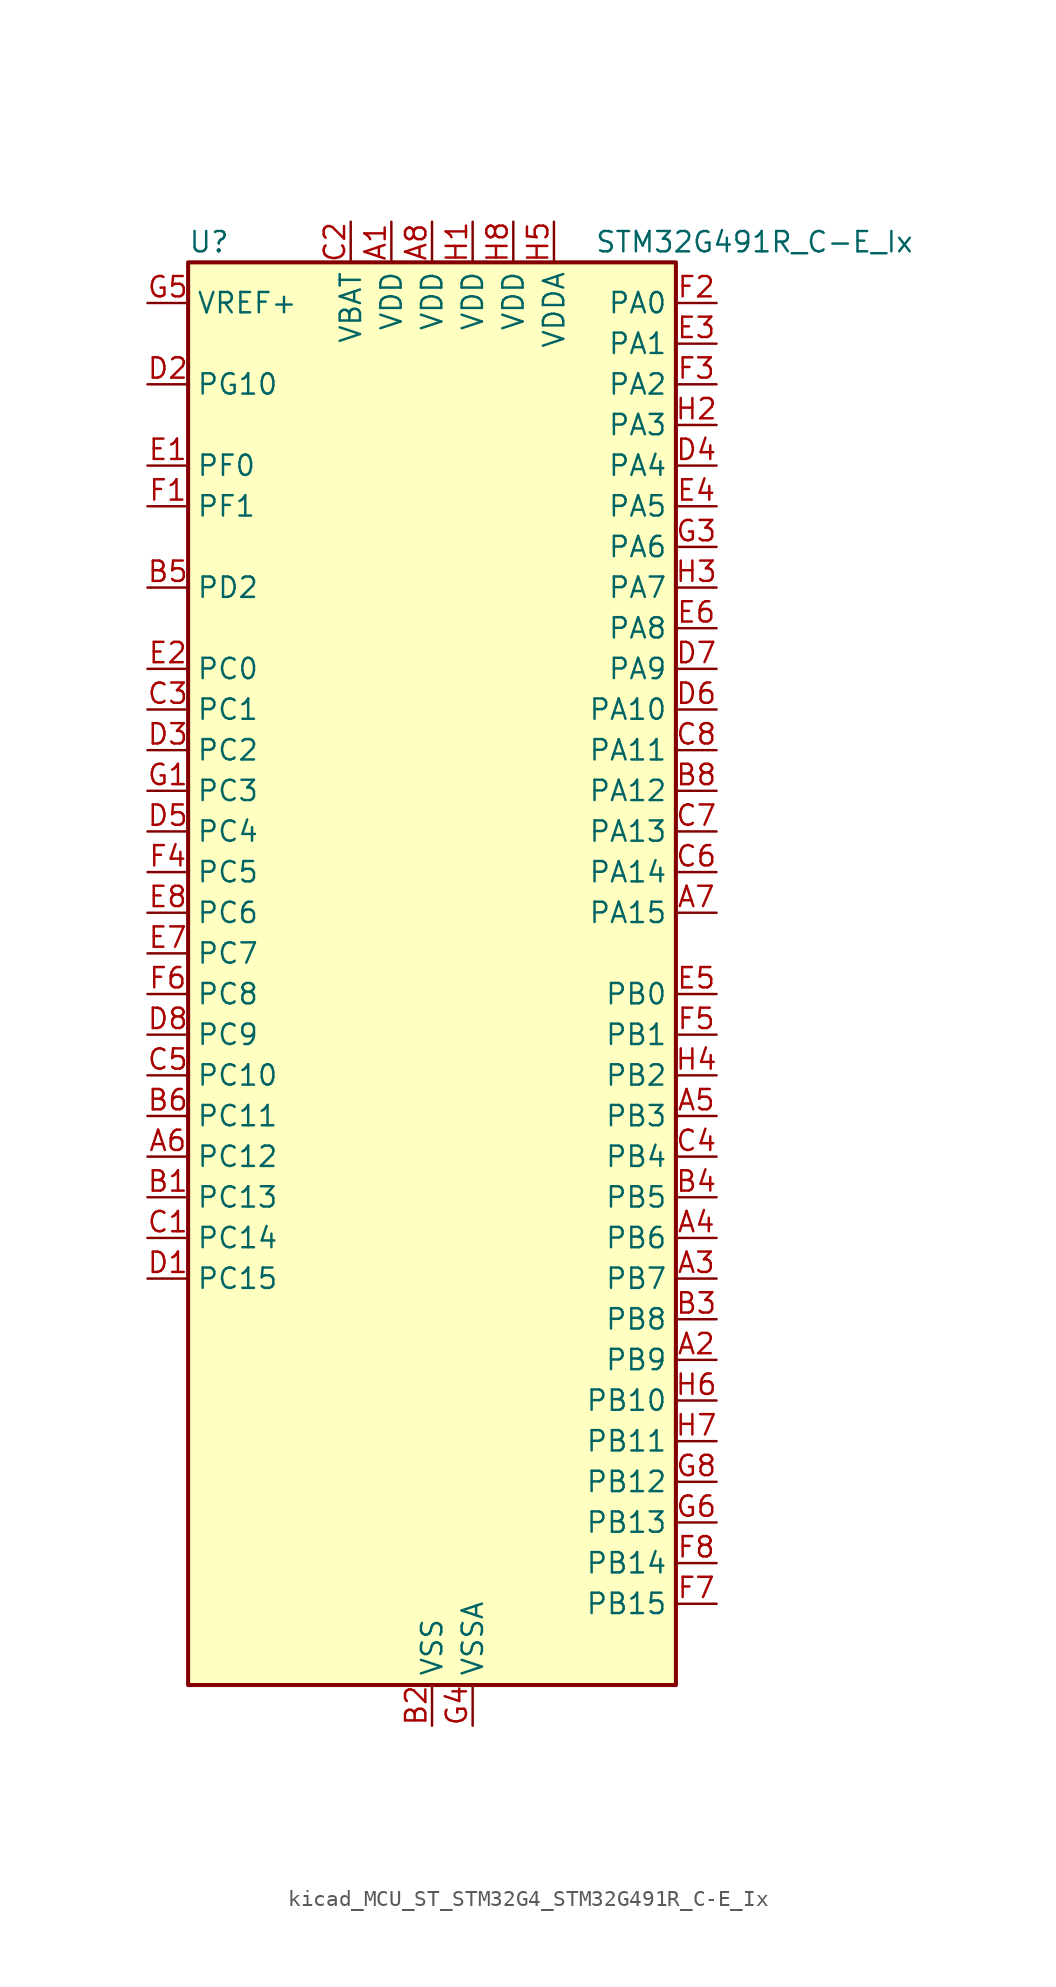
<source format=kicad_sym>
(kicad_symbol_lib
  (version 20220914)
  (generator kicad_symbol_editor)
  (symbol "kicad_MCU_ST_STM32G4_STM32G491R_C-E_Ix"
    (property "Reference" "U"
      (at -15.24 46.99 0)
      (effects (font (size 1.27 1.27)) (justify left)))
    (property "Value" "STM32G491R_C-E_Ix"
      (at 10.16 46.99 0)
      (effects (font (size 1.27 1.27)) (justify left)))
    (property "ki_locked" ""
      (at 0 0 0)
      (effects (font (size 1.27 1.27))))
    (symbol "kicad_MCU_ST_STM32G4_STM32G491R_C-E_Ix_0_1"
      (rectangle (start -15.24 -43.18) (end 15.24 45.72) (stroke (width 0.254) (type default)) (fill (type background))))
    (symbol "kicad_MCU_ST_STM32G4_STM32G491R_C-E_Ix_1_1"
      (pin power_in line (at -2.54 48.26 270) (length 2.54) (name "VDD" (effects (font (size 1.27 1.27)))) (number "A1" (effects (font (size 1.27 1.27)))))
      (pin bidirectional line (at 17.78 -22.86 180) (length 2.54) (name "PB9" (effects (font (size 1.27 1.27)))) (number "A2" (effects (font (size 1.27 1.27)))) (alternate "COMP2_OUT" bidirectional line) (alternate "DAC1_EXTI9" bidirectional line) (alternate "DAC3_EXTI9" bidirectional line) (alternate "FDCAN1_TX" bidirectional line) (alternate "I2C1_SDA" bidirectional line) (alternate "IR_OUT" bidirectional line) (alternate "SAI1_D2" bidirectional line) (alternate "SAI1_FS_A" bidirectional line) (alternate "TIM17_CH1" bidirectional line) (alternate "TIM1_CH3N" bidirectional line) (alternate "TIM4_CH4" bidirectional line) (alternate "TIM8_CH3" bidirectional line) (alternate "USART3_TX" bidirectional line))
      (pin bidirectional line (at 17.78 -17.78 180) (length 2.54) (name "PB7" (effects (font (size 1.27 1.27)))) (number "A3" (effects (font (size 1.27 1.27)))) (alternate "COMP3_OUT" bidirectional line) (alternate "I2C1_SDA" bidirectional line) (alternate "LPTIM1_IN2" bidirectional line) (alternate "SYS_PVD_IN" bidirectional line) (alternate "TIM17_CH1N" bidirectional line) (alternate "TIM3_CH4" bidirectional line) (alternate "TIM4_CH2" bidirectional line) (alternate "TIM8_BKIN" bidirectional line) (alternate "UART4_CTS" bidirectional line) (alternate "USART1_RX" bidirectional line))
      (pin bidirectional line (at 17.78 -15.24 180) (length 2.54) (name "PB6" (effects (font (size 1.27 1.27)))) (number "A4" (effects (font (size 1.27 1.27)))) (alternate "COMP4_OUT" bidirectional line) (alternate "FDCAN2_TX" bidirectional line) (alternate "LPTIM1_ETR" bidirectional line) (alternate "SAI1_FS_B" bidirectional line) (alternate "TIM16_CH1N" bidirectional line) (alternate "TIM4_CH1" bidirectional line) (alternate "TIM8_BKIN2" bidirectional line) (alternate "TIM8_CH1" bidirectional line) (alternate "TIM8_ETR" bidirectional line) (alternate "UCPD1_CC1" bidirectional line) (alternate "USART1_TX" bidirectional line))
      (pin bidirectional line (at 17.78 -7.62 180) (length 2.54) (name "PB3" (effects (font (size 1.27 1.27)))) (number "A5" (effects (font (size 1.27 1.27)))) (alternate "ADC3_EXTI3" bidirectional line) (alternate "CRS_SYNC" bidirectional line) (alternate "I2S3_CK" bidirectional line) (alternate "SAI1_SCK_B" bidirectional line) (alternate "SPI1_SCK" bidirectional line) (alternate "SPI3_SCK" bidirectional line) (alternate "SYS_JTDO-SWO" bidirectional line) (alternate "TIM2_CH2" bidirectional line) (alternate "TIM3_ETR" bidirectional line) (alternate "TIM4_ETR" bidirectional line) (alternate "TIM8_CH1N" bidirectional line) (alternate "USART2_TX" bidirectional line))
      (pin bidirectional line (at -17.78 -10.16 0) (length 2.54) (name "PC12" (effects (font (size 1.27 1.27)))) (number "A6" (effects (font (size 1.27 1.27)))) (alternate "I2S3_SD" bidirectional line) (alternate "SPI3_MOSI" bidirectional line) (alternate "TIM8_CH3N" bidirectional line) (alternate "UART5_TX" bidirectional line) (alternate "UCPD1_FRSTX1" bidirectional line) (alternate "UCPD1_FRSTX2" bidirectional line) (alternate "USART3_CK" bidirectional line))
      (pin bidirectional line (at 17.78 5.08 180) (length 2.54) (name "PA15" (effects (font (size 1.27 1.27)))) (number "A7" (effects (font (size 1.27 1.27)))) (alternate "ADC1_EXTI15" bidirectional line) (alternate "ADC2_EXTI15" bidirectional line) (alternate "I2C1_SCL" bidirectional line) (alternate "I2S3_WS" bidirectional line) (alternate "SPI1_NSS" bidirectional line) (alternate "SPI3_NSS" bidirectional line) (alternate "SYS_JTDI" bidirectional line) (alternate "TIM1_BKIN" bidirectional line) (alternate "TIM20_ETR" bidirectional line) (alternate "TIM2_CH1" bidirectional line) (alternate "TIM2_ETR" bidirectional line) (alternate "TIM8_CH1" bidirectional line) (alternate "UART4_DE" bidirectional line) (alternate "UART4_RTS" bidirectional line) (alternate "USART2_RX" bidirectional line))
      (pin power_in line (at 0 48.26 270) (length 2.54) (name "VDD" (effects (font (size 1.27 1.27)))) (number "A8" (effects (font (size 1.27 1.27)))))
      (pin bidirectional line (at -17.78 -12.7 0) (length 2.54) (name "PC13" (effects (font (size 1.27 1.27)))) (number "B1" (effects (font (size 1.27 1.27)))) (alternate "RTC_OUT1" bidirectional line) (alternate "RTC_TAMP1" bidirectional line) (alternate "RTC_TS" bidirectional line) (alternate "SYS_WKUP2" bidirectional line) (alternate "TIM1_BKIN" bidirectional line) (alternate "TIM1_CH1N" bidirectional line) (alternate "TIM8_CH4N" bidirectional line))
      (pin power_in line (at 0 -45.72 90) (length 2.54) (name "VSS" (effects (font (size 1.27 1.27)))) (number "B2" (effects (font (size 1.27 1.27)))))
      (pin bidirectional line (at 17.78 -20.32 180) (length 2.54) (name "PB8" (effects (font (size 1.27 1.27)))) (number "B3" (effects (font (size 1.27 1.27)))) (alternate "COMP1_OUT" bidirectional line) (alternate "FDCAN1_RX" bidirectional line) (alternate "I2C1_SCL" bidirectional line) (alternate "SAI1_CK1" bidirectional line) (alternate "SAI1_MCLK_A" bidirectional line) (alternate "TIM16_CH1" bidirectional line) (alternate "TIM1_BKIN" bidirectional line) (alternate "TIM4_CH3" bidirectional line) (alternate "TIM8_CH2" bidirectional line) (alternate "USART3_RX" bidirectional line))
      (pin bidirectional line (at 17.78 -12.7 180) (length 2.54) (name "PB5" (effects (font (size 1.27 1.27)))) (number "B4" (effects (font (size 1.27 1.27)))) (alternate "FDCAN2_RX" bidirectional line) (alternate "I2C1_SMBA" bidirectional line) (alternate "I2C3_SDA" bidirectional line) (alternate "I2S3_SD" bidirectional line) (alternate "LPTIM1_IN1" bidirectional line) (alternate "SAI1_SD_B" bidirectional line) (alternate "SPI1_MOSI" bidirectional line) (alternate "SPI3_MOSI" bidirectional line) (alternate "TIM16_BKIN" bidirectional line) (alternate "TIM17_CH1" bidirectional line) (alternate "TIM3_CH2" bidirectional line) (alternate "TIM8_CH3N" bidirectional line) (alternate "UART5_CTS" bidirectional line) (alternate "USART2_CK" bidirectional line))
      (pin bidirectional line (at -17.78 25.4 0) (length 2.54) (name "PD2" (effects (font (size 1.27 1.27)))) (number "B5" (effects (font (size 1.27 1.27)))) (alternate "ADC3_EXTI2" bidirectional line) (alternate "TIM3_ETR" bidirectional line) (alternate "TIM8_BKIN" bidirectional line) (alternate "UART5_RX" bidirectional line))
      (pin bidirectional line (at -17.78 -7.62 0) (length 2.54) (name "PC11" (effects (font (size 1.27 1.27)))) (number "B6" (effects (font (size 1.27 1.27)))) (alternate "ADC1_EXTI11" bidirectional line) (alternate "ADC2_EXTI11" bidirectional line) (alternate "I2C3_SDA" bidirectional line) (alternate "SPI3_MISO" bidirectional line) (alternate "TIM8_CH2N" bidirectional line) (alternate "UART4_RX" bidirectional line) (alternate "USART3_RX" bidirectional line))
      (pin passive line (at 0 -45.72 90) (length 2.54) hide (name "VSS" (effects (font (size 1.27 1.27)))) (number "B7" (effects (font (size 1.27 1.27)))))
      (pin bidirectional line (at 17.78 12.7 180) (length 2.54) (name "PA12" (effects (font (size 1.27 1.27)))) (number "B8" (effects (font (size 1.27 1.27)))) (alternate "COMP2_OUT" bidirectional line) (alternate "FDCAN1_TX" bidirectional line) (alternate "I2S_CKIN" bidirectional line) (alternate "TIM16_CH1" bidirectional line) (alternate "TIM1_CH2N" bidirectional line) (alternate "TIM1_ETR" bidirectional line) (alternate "TIM4_CH2" bidirectional line) (alternate "USART1_DE" bidirectional line) (alternate "USART1_RTS" bidirectional line) (alternate "USB_DP" bidirectional line))
      (pin bidirectional line (at -17.78 -15.24 0) (length 2.54) (name "PC14" (effects (font (size 1.27 1.27)))) (number "C1" (effects (font (size 1.27 1.27)))) (alternate "RCC_OSC32_IN" bidirectional line))
      (pin power_in line (at -5.08 48.26 270) (length 2.54) (name "VBAT" (effects (font (size 1.27 1.27)))) (number "C2" (effects (font (size 1.27 1.27)))))
      (pin bidirectional line (at -17.78 17.78 0) (length 2.54) (name "PC1" (effects (font (size 1.27 1.27)))) (number "C3" (effects (font (size 1.27 1.27)))) (alternate "ADC1_IN7" bidirectional line) (alternate "ADC2_IN7" bidirectional line) (alternate "COMP3_INP" bidirectional line) (alternate "LPTIM1_OUT" bidirectional line) (alternate "LPUART1_TX" bidirectional line) (alternate "QUADSPI1_BK2_IO0" bidirectional line) (alternate "SAI1_SD_A" bidirectional line) (alternate "TIM1_CH2" bidirectional line))
      (pin bidirectional line (at 17.78 -10.16 180) (length 2.54) (name "PB4" (effects (font (size 1.27 1.27)))) (number "C4" (effects (font (size 1.27 1.27)))) (alternate "SAI1_MCLK_B" bidirectional line) (alternate "SPI1_MISO" bidirectional line) (alternate "SPI3_MISO" bidirectional line) (alternate "SYS_JTRST" bidirectional line) (alternate "TIM16_CH1" bidirectional line) (alternate "TIM17_BKIN" bidirectional line) (alternate "TIM3_CH1" bidirectional line) (alternate "TIM8_CH2N" bidirectional line) (alternate "UART5_DE" bidirectional line) (alternate "UART5_RTS" bidirectional line) (alternate "UCPD1_CC2" bidirectional line) (alternate "USART2_RX" bidirectional line))
      (pin bidirectional line (at -17.78 -5.08 0) (length 2.54) (name "PC10" (effects (font (size 1.27 1.27)))) (number "C5" (effects (font (size 1.27 1.27)))) (alternate "DAC1_EXTI10" bidirectional line) (alternate "DAC3_EXTI10" bidirectional line) (alternate "I2S3_CK" bidirectional line) (alternate "SPI3_SCK" bidirectional line) (alternate "TIM8_CH1N" bidirectional line) (alternate "UART4_TX" bidirectional line) (alternate "USART3_TX" bidirectional line))
      (pin bidirectional line (at 17.78 7.62 180) (length 2.54) (name "PA14" (effects (font (size 1.27 1.27)))) (number "C6" (effects (font (size 1.27 1.27)))) (alternate "I2C1_SDA" bidirectional line) (alternate "LPTIM1_OUT" bidirectional line) (alternate "SAI1_FS_B" bidirectional line) (alternate "SYS_JTCK-SWCLK" bidirectional line) (alternate "TIM1_BKIN" bidirectional line) (alternate "TIM8_CH2" bidirectional line) (alternate "USART2_TX" bidirectional line))
      (pin bidirectional line (at 17.78 10.16 180) (length 2.54) (name "PA13" (effects (font (size 1.27 1.27)))) (number "C7" (effects (font (size 1.27 1.27)))) (alternate "I2C1_SCL" bidirectional line) (alternate "IR_OUT" bidirectional line) (alternate "SAI1_SD_B" bidirectional line) (alternate "SYS_JTMS-SWDIO" bidirectional line) (alternate "TIM16_CH1N" bidirectional line) (alternate "TIM4_CH3" bidirectional line) (alternate "USART3_CTS" bidirectional line) (alternate "USART3_NSS" bidirectional line))
      (pin bidirectional line (at 17.78 15.24 180) (length 2.54) (name "PA11" (effects (font (size 1.27 1.27)))) (number "C8" (effects (font (size 1.27 1.27)))) (alternate "ADC1_EXTI11" bidirectional line) (alternate "ADC2_EXTI11" bidirectional line) (alternate "COMP1_OUT" bidirectional line) (alternate "FDCAN1_RX" bidirectional line) (alternate "I2S2_SD" bidirectional line) (alternate "SPI2_MOSI" bidirectional line) (alternate "TIM1_BKIN2" bidirectional line) (alternate "TIM1_CH1N" bidirectional line) (alternate "TIM1_CH4" bidirectional line) (alternate "TIM4_CH1" bidirectional line) (alternate "USART1_CTS" bidirectional line) (alternate "USART1_NSS" bidirectional line) (alternate "USB_DM" bidirectional line))
      (pin bidirectional line (at -17.78 -17.78 0) (length 2.54) (name "PC15" (effects (font (size 1.27 1.27)))) (number "D1" (effects (font (size 1.27 1.27)))) (alternate "ADC1_EXTI15" bidirectional line) (alternate "ADC2_EXTI15" bidirectional line) (alternate "RCC_OSC32_OUT" bidirectional line))
      (pin bidirectional line (at -17.78 38.1 0) (length 2.54) (name "PG10" (effects (font (size 1.27 1.27)))) (number "D2" (effects (font (size 1.27 1.27)))) (alternate "DAC1_EXTI10" bidirectional line) (alternate "DAC3_EXTI10" bidirectional line) (alternate "RCC_MCO" bidirectional line))
      (pin bidirectional line (at -17.78 15.24 0) (length 2.54) (name "PC2" (effects (font (size 1.27 1.27)))) (number "D3" (effects (font (size 1.27 1.27)))) (alternate "ADC1_IN8" bidirectional line) (alternate "ADC2_IN8" bidirectional line) (alternate "ADC3_EXTI2" bidirectional line) (alternate "COMP3_OUT" bidirectional line) (alternate "LPTIM1_IN2" bidirectional line) (alternate "QUADSPI1_BK2_IO1" bidirectional line) (alternate "TIM1_CH3" bidirectional line) (alternate "TIM20_CH2" bidirectional line))
      (pin bidirectional line (at 17.78 33.02 180) (length 2.54) (name "PA4" (effects (font (size 1.27 1.27)))) (number "D4" (effects (font (size 1.27 1.27)))) (alternate "ADC2_IN17" bidirectional line) (alternate "COMP1_INM" bidirectional line) (alternate "DAC1_OUT1" bidirectional line) (alternate "I2S3_WS" bidirectional line) (alternate "SAI1_FS_B" bidirectional line) (alternate "SPI1_NSS" bidirectional line) (alternate "SPI3_NSS" bidirectional line) (alternate "TIM3_CH2" bidirectional line) (alternate "USART2_CK" bidirectional line))
      (pin bidirectional line (at -17.78 10.16 0) (length 2.54) (name "PC4" (effects (font (size 1.27 1.27)))) (number "D5" (effects (font (size 1.27 1.27)))) (alternate "ADC2_IN5" bidirectional line) (alternate "I2C2_SCL" bidirectional line) (alternate "QUADSPI1_BK2_IO3" bidirectional line) (alternate "TIM1_ETR" bidirectional line) (alternate "USART1_TX" bidirectional line))
      (pin bidirectional line (at 17.78 17.78 180) (length 2.54) (name "PA10" (effects (font (size 1.27 1.27)))) (number "D6" (effects (font (size 1.27 1.27)))) (alternate "CRS_SYNC" bidirectional line) (alternate "DAC1_EXTI10" bidirectional line) (alternate "DAC3_EXTI10" bidirectional line) (alternate "I2C2_SMBA" bidirectional line) (alternate "SAI1_D1" bidirectional line) (alternate "SAI1_SD_A" bidirectional line) (alternate "SPI2_MISO" bidirectional line) (alternate "TIM17_BKIN" bidirectional line) (alternate "TIM1_CH3" bidirectional line) (alternate "TIM2_CH4" bidirectional line) (alternate "TIM8_BKIN" bidirectional line) (alternate "UCPD1_DBCC2" bidirectional line) (alternate "USART1_RX" bidirectional line))
      (pin bidirectional line (at 17.78 20.32 180) (length 2.54) (name "PA9" (effects (font (size 1.27 1.27)))) (number "D7" (effects (font (size 1.27 1.27)))) (alternate "DAC1_EXTI9" bidirectional line) (alternate "DAC3_EXTI9" bidirectional line) (alternate "I2C2_SCL" bidirectional line) (alternate "I2C3_SMBA" bidirectional line) (alternate "I2S3_MCK" bidirectional line) (alternate "SAI1_FS_A" bidirectional line) (alternate "TIM15_BKIN" bidirectional line) (alternate "TIM1_CH2" bidirectional line) (alternate "TIM2_CH3" bidirectional line) (alternate "UCPD1_DBCC1" bidirectional line) (alternate "USART1_TX" bidirectional line))
      (pin bidirectional line (at -17.78 -2.54 0) (length 2.54) (name "PC9" (effects (font (size 1.27 1.27)))) (number "D8" (effects (font (size 1.27 1.27)))) (alternate "DAC1_EXTI9" bidirectional line) (alternate "DAC3_EXTI9" bidirectional line) (alternate "I2C3_SDA" bidirectional line) (alternate "I2S_CKIN" bidirectional line) (alternate "TIM3_CH4" bidirectional line) (alternate "TIM8_BKIN2" bidirectional line) (alternate "TIM8_CH4" bidirectional line))
      (pin bidirectional line (at -17.78 33.02 0) (length 2.54) (name "PF0" (effects (font (size 1.27 1.27)))) (number "E1" (effects (font (size 1.27 1.27)))) (alternate "ADC1_IN10" bidirectional line) (alternate "I2C2_SDA" bidirectional line) (alternate "I2S2_WS" bidirectional line) (alternate "RCC_OSC_IN" bidirectional line) (alternate "SPI2_NSS" bidirectional line) (alternate "TIM1_CH3N" bidirectional line))
      (pin bidirectional line (at -17.78 20.32 0) (length 2.54) (name "PC0" (effects (font (size 1.27 1.27)))) (number "E2" (effects (font (size 1.27 1.27)))) (alternate "ADC1_IN6" bidirectional line) (alternate "ADC2_IN6" bidirectional line) (alternate "COMP3_INM" bidirectional line) (alternate "LPTIM1_IN1" bidirectional line) (alternate "LPUART1_RX" bidirectional line) (alternate "TIM1_CH1" bidirectional line))
      (pin bidirectional line (at 17.78 40.64 180) (length 2.54) (name "PA1" (effects (font (size 1.27 1.27)))) (number "E3" (effects (font (size 1.27 1.27)))) (alternate "ADC1_IN2" bidirectional line) (alternate "ADC2_IN2" bidirectional line) (alternate "COMP1_INP" bidirectional line) (alternate "OPAMP1_VINP" bidirectional line) (alternate "OPAMP1_VINP_SEC" bidirectional line) (alternate "OPAMP3_VINP" bidirectional line) (alternate "OPAMP3_VINP_SEC" bidirectional line) (alternate "OPAMP6_VINM" bidirectional line) (alternate "OPAMP6_VINM0" bidirectional line) (alternate "OPAMP6_VINM_SEC" bidirectional line) (alternate "RTC_REFIN" bidirectional line) (alternate "TIM15_CH1N" bidirectional line) (alternate "TIM2_CH2" bidirectional line) (alternate "USART2_DE" bidirectional line) (alternate "USART2_RTS" bidirectional line))
      (pin bidirectional line (at 17.78 30.48 180) (length 2.54) (name "PA5" (effects (font (size 1.27 1.27)))) (number "E4" (effects (font (size 1.27 1.27)))) (alternate "ADC2_IN13" bidirectional line) (alternate "COMP2_INM" bidirectional line) (alternate "DAC1_OUT2" bidirectional line) (alternate "OPAMP2_VINM" bidirectional line) (alternate "OPAMP2_VINM0" bidirectional line) (alternate "OPAMP2_VINM_SEC" bidirectional line) (alternate "SPI1_SCK" bidirectional line) (alternate "TIM2_CH1" bidirectional line) (alternate "TIM2_ETR" bidirectional line) (alternate "UCPD1_FRSTX1" bidirectional line) (alternate "UCPD1_FRSTX2" bidirectional line))
      (pin bidirectional line (at 17.78 0 180) (length 2.54) (name "PB0" (effects (font (size 1.27 1.27)))) (number "E5" (effects (font (size 1.27 1.27)))) (alternate "ADC1_IN15" bidirectional line) (alternate "ADC3_IN12" bidirectional line) (alternate "COMP4_INP" bidirectional line) (alternate "OPAMP2_VINP" bidirectional line) (alternate "OPAMP2_VINP_SEC" bidirectional line) (alternate "OPAMP3_VINP" bidirectional line) (alternate "OPAMP3_VINP_SEC" bidirectional line) (alternate "QUADSPI1_BK1_IO1" bidirectional line) (alternate "TIM1_CH2N" bidirectional line) (alternate "TIM3_CH3" bidirectional line) (alternate "TIM8_CH2N" bidirectional line) (alternate "UCPD1_FRSTX1" bidirectional line) (alternate "UCPD1_FRSTX2" bidirectional line))
      (pin bidirectional line (at 17.78 22.86 180) (length 2.54) (name "PA8" (effects (font (size 1.27 1.27)))) (number "E6" (effects (font (size 1.27 1.27)))) (alternate "I2C2_SDA" bidirectional line) (alternate "I2C3_SCL" bidirectional line) (alternate "I2S2_MCK" bidirectional line) (alternate "RCC_MCO" bidirectional line) (alternate "SAI1_CK2" bidirectional line) (alternate "SAI1_SCK_A" bidirectional line) (alternate "TIM1_CH1" bidirectional line) (alternate "TIM4_ETR" bidirectional line) (alternate "USART1_CK" bidirectional line))
      (pin bidirectional line (at -17.78 2.54 0) (length 2.54) (name "PC7" (effects (font (size 1.27 1.27)))) (number "E7" (effects (font (size 1.27 1.27)))) (alternate "I2S3_MCK" bidirectional line) (alternate "TIM3_CH2" bidirectional line) (alternate "TIM8_CH2" bidirectional line))
      (pin bidirectional line (at -17.78 5.08 0) (length 2.54) (name "PC6" (effects (font (size 1.27 1.27)))) (number "E8" (effects (font (size 1.27 1.27)))) (alternate "I2S2_MCK" bidirectional line) (alternate "TIM3_CH1" bidirectional line) (alternate "TIM8_CH1" bidirectional line))
      (pin bidirectional line (at -17.78 30.48 0) (length 2.54) (name "PF1" (effects (font (size 1.27 1.27)))) (number "F1" (effects (font (size 1.27 1.27)))) (alternate "ADC2_IN10" bidirectional line) (alternate "COMP3_INM" bidirectional line) (alternate "I2S2_CK" bidirectional line) (alternate "RCC_OSC_OUT" bidirectional line) (alternate "SPI2_SCK" bidirectional line))
      (pin bidirectional line (at 17.78 43.18 180) (length 2.54) (name "PA0" (effects (font (size 1.27 1.27)))) (number "F2" (effects (font (size 1.27 1.27)))) (alternate "ADC1_IN1" bidirectional line) (alternate "ADC2_IN1" bidirectional line) (alternate "COMP1_INM" bidirectional line) (alternate "COMP1_OUT" bidirectional line) (alternate "COMP3_INP" bidirectional line) (alternate "RTC_TAMP2" bidirectional line) (alternate "SYS_WKUP1" bidirectional line) (alternate "TIM2_CH1" bidirectional line) (alternate "TIM2_ETR" bidirectional line) (alternate "TIM8_BKIN" bidirectional line) (alternate "TIM8_ETR" bidirectional line) (alternate "USART2_CTS" bidirectional line) (alternate "USART2_NSS" bidirectional line))
      (pin bidirectional line (at 17.78 38.1 180) (length 2.54) (name "PA2" (effects (font (size 1.27 1.27)))) (number "F3" (effects (font (size 1.27 1.27)))) (alternate "ADC1_IN3" bidirectional line) (alternate "ADC3_EXTI2" bidirectional line) (alternate "COMP2_INM" bidirectional line) (alternate "COMP2_OUT" bidirectional line) (alternate "LPUART1_TX" bidirectional line) (alternate "OPAMP1_VOUT" bidirectional line) (alternate "QUADSPI1_BK1_NCS" bidirectional line) (alternate "RCC_LSCO" bidirectional line) (alternate "SYS_WKUP4" bidirectional line) (alternate "TIM15_CH1" bidirectional line) (alternate "TIM2_CH3" bidirectional line) (alternate "UCPD1_FRSTX1" bidirectional line) (alternate "UCPD1_FRSTX2" bidirectional line) (alternate "USART2_TX" bidirectional line))
      (pin bidirectional line (at -17.78 7.62 0) (length 2.54) (name "PC5" (effects (font (size 1.27 1.27)))) (number "F4" (effects (font (size 1.27 1.27)))) (alternate "ADC2_IN11" bidirectional line) (alternate "OPAMP1_VINM" bidirectional line) (alternate "OPAMP1_VINM1" bidirectional line) (alternate "OPAMP1_VINM_SEC" bidirectional line) (alternate "OPAMP2_VINM" bidirectional line) (alternate "OPAMP2_VINM1" bidirectional line) (alternate "OPAMP2_VINM_SEC" bidirectional line) (alternate "SAI1_D3" bidirectional line) (alternate "SYS_WKUP5" bidirectional line) (alternate "TIM15_BKIN" bidirectional line) (alternate "TIM1_CH4N" bidirectional line) (alternate "USART1_RX" bidirectional line))
      (pin bidirectional line (at 17.78 -2.54 180) (length 2.54) (name "PB1" (effects (font (size 1.27 1.27)))) (number "F5" (effects (font (size 1.27 1.27)))) (alternate "ADC1_IN12" bidirectional line) (alternate "ADC3_IN1" bidirectional line) (alternate "COMP1_INP" bidirectional line) (alternate "COMP4_OUT" bidirectional line) (alternate "LPUART1_DE" bidirectional line) (alternate "LPUART1_RTS" bidirectional line) (alternate "OPAMP3_VOUT" bidirectional line) (alternate "OPAMP6_VINM" bidirectional line) (alternate "OPAMP6_VINM1" bidirectional line) (alternate "OPAMP6_VINM_SEC" bidirectional line) (alternate "QUADSPI1_BK1_IO0" bidirectional line) (alternate "TIM1_CH3N" bidirectional line) (alternate "TIM3_CH4" bidirectional line) (alternate "TIM8_CH3N" bidirectional line))
      (pin bidirectional line (at -17.78 0 0) (length 2.54) (name "PC8" (effects (font (size 1.27 1.27)))) (number "F6" (effects (font (size 1.27 1.27)))) (alternate "I2C3_SCL" bidirectional line) (alternate "TIM20_CH3" bidirectional line) (alternate "TIM3_CH3" bidirectional line) (alternate "TIM8_CH3" bidirectional line))
      (pin bidirectional line (at 17.78 -38.1 180) (length 2.54) (name "PB15" (effects (font (size 1.27 1.27)))) (number "F7" (effects (font (size 1.27 1.27)))) (alternate "ADC1_EXTI15" bidirectional line) (alternate "ADC2_EXTI15" bidirectional line) (alternate "ADC2_IN15" bidirectional line) (alternate "COMP3_OUT" bidirectional line) (alternate "I2S2_SD" bidirectional line) (alternate "RTC_REFIN" bidirectional line) (alternate "SPI2_MOSI" bidirectional line) (alternate "TIM15_CH1N" bidirectional line) (alternate "TIM15_CH2" bidirectional line) (alternate "TIM1_CH3N" bidirectional line))
      (pin bidirectional line (at 17.78 -35.56 180) (length 2.54) (name "PB14" (effects (font (size 1.27 1.27)))) (number "F8" (effects (font (size 1.27 1.27)))) (alternate "ADC1_IN5" bidirectional line) (alternate "COMP4_OUT" bidirectional line) (alternate "OPAMP2_VINP" bidirectional line) (alternate "OPAMP2_VINP_SEC" bidirectional line) (alternate "SPI2_MISO" bidirectional line) (alternate "TIM15_CH1" bidirectional line) (alternate "TIM1_CH2N" bidirectional line) (alternate "USART3_DE" bidirectional line) (alternate "USART3_RTS" bidirectional line))
      (pin bidirectional line (at -17.78 12.7 0) (length 2.54) (name "PC3" (effects (font (size 1.27 1.27)))) (number "G1" (effects (font (size 1.27 1.27)))) (alternate "ADC1_IN9" bidirectional line) (alternate "ADC2_IN9" bidirectional line) (alternate "ADC3_EXTI3" bidirectional line) (alternate "LPTIM1_ETR" bidirectional line) (alternate "QUADSPI1_BK2_IO2" bidirectional line) (alternate "SAI1_D1" bidirectional line) (alternate "SAI1_SD_A" bidirectional line) (alternate "TIM1_BKIN2" bidirectional line) (alternate "TIM1_CH4" bidirectional line))
      (pin passive line (at 0 -45.72 90) (length 2.54) hide (name "VSS" (effects (font (size 1.27 1.27)))) (number "G2" (effects (font (size 1.27 1.27)))))
      (pin bidirectional line (at 17.78 27.94 180) (length 2.54) (name "PA6" (effects (font (size 1.27 1.27)))) (number "G3" (effects (font (size 1.27 1.27)))) (alternate "ADC2_IN3" bidirectional line) (alternate "COMP1_OUT" bidirectional line) (alternate "LPUART1_CTS" bidirectional line) (alternate "OPAMP2_VOUT" bidirectional line) (alternate "QUADSPI1_BK1_IO3" bidirectional line) (alternate "SPI1_MISO" bidirectional line) (alternate "TIM16_CH1" bidirectional line) (alternate "TIM1_BKIN" bidirectional line) (alternate "TIM3_CH1" bidirectional line) (alternate "TIM8_BKIN" bidirectional line))
      (pin power_in line (at 2.54 -45.72 90) (length 2.54) (name "VSSA" (effects (font (size 1.27 1.27)))) (number "G4" (effects (font (size 1.27 1.27)))))
      (pin input line (at -17.78 43.18 0) (length 2.54) (name "VREF+" (effects (font (size 1.27 1.27)))) (number "G5" (effects (font (size 1.27 1.27)))) (alternate "VREFBUF_OUT" bidirectional line))
      (pin bidirectional line (at 17.78 -33.02 180) (length 2.54) (name "PB13" (effects (font (size 1.27 1.27)))) (number "G6" (effects (font (size 1.27 1.27)))) (alternate "ADC3_IN5" bidirectional line) (alternate "FDCAN2_TX" bidirectional line) (alternate "I2S2_CK" bidirectional line) (alternate "LPUART1_CTS" bidirectional line) (alternate "OPAMP3_VINP" bidirectional line) (alternate "OPAMP3_VINP_SEC" bidirectional line) (alternate "OPAMP6_VINP" bidirectional line) (alternate "OPAMP6_VINP_SEC" bidirectional line) (alternate "SPI2_SCK" bidirectional line) (alternate "TIM1_CH1N" bidirectional line) (alternate "USART3_CTS" bidirectional line) (alternate "USART3_NSS" bidirectional line))
      (pin passive line (at 0 -45.72 90) (length 2.54) hide (name "VSS" (effects (font (size 1.27 1.27)))) (number "G7" (effects (font (size 1.27 1.27)))))
      (pin bidirectional line (at 17.78 -30.48 180) (length 2.54) (name "PB12" (effects (font (size 1.27 1.27)))) (number "G8" (effects (font (size 1.27 1.27)))) (alternate "ADC1_IN11" bidirectional line) (alternate "FDCAN2_RX" bidirectional line) (alternate "I2C2_SMBA" bidirectional line) (alternate "I2S2_WS" bidirectional line) (alternate "LPUART1_DE" bidirectional line) (alternate "LPUART1_RTS" bidirectional line) (alternate "OPAMP6_VINP" bidirectional line) (alternate "OPAMP6_VINP_SEC" bidirectional line) (alternate "SPI2_NSS" bidirectional line) (alternate "TIM1_BKIN" bidirectional line) (alternate "USART3_CK" bidirectional line))
      (pin power_in line (at 2.54 48.26 270) (length 2.54) (name "VDD" (effects (font (size 1.27 1.27)))) (number "H1" (effects (font (size 1.27 1.27)))))
      (pin bidirectional line (at 17.78 35.56 180) (length 2.54) (name "PA3" (effects (font (size 1.27 1.27)))) (number "H2" (effects (font (size 1.27 1.27)))) (alternate "ADC1_IN4" bidirectional line) (alternate "ADC3_EXTI3" bidirectional line) (alternate "COMP2_INP" bidirectional line) (alternate "LPUART1_RX" bidirectional line) (alternate "OPAMP1_VINM" bidirectional line) (alternate "OPAMP1_VINM0" bidirectional line) (alternate "OPAMP1_VINM_SEC" bidirectional line) (alternate "OPAMP1_VINP" bidirectional line) (alternate "OPAMP1_VINP_SEC" bidirectional line) (alternate "QUADSPI1_CLK" bidirectional line) (alternate "SAI1_CK1" bidirectional line) (alternate "SAI1_MCLK_A" bidirectional line) (alternate "TIM15_CH2" bidirectional line) (alternate "TIM2_CH4" bidirectional line) (alternate "USART2_RX" bidirectional line))
      (pin bidirectional line (at 17.78 25.4 180) (length 2.54) (name "PA7" (effects (font (size 1.27 1.27)))) (number "H3" (effects (font (size 1.27 1.27)))) (alternate "ADC2_IN4" bidirectional line) (alternate "COMP2_INP" bidirectional line) (alternate "COMP2_OUT" bidirectional line) (alternate "OPAMP1_VINP" bidirectional line) (alternate "OPAMP1_VINP_SEC" bidirectional line) (alternate "OPAMP2_VINP" bidirectional line) (alternate "OPAMP2_VINP_SEC" bidirectional line) (alternate "QUADSPI1_BK1_IO2" bidirectional line) (alternate "SPI1_MOSI" bidirectional line) (alternate "TIM17_CH1" bidirectional line) (alternate "TIM1_CH1N" bidirectional line) (alternate "TIM3_CH2" bidirectional line) (alternate "TIM8_CH1N" bidirectional line) (alternate "UCPD1_FRSTX1" bidirectional line) (alternate "UCPD1_FRSTX2" bidirectional line))
      (pin bidirectional line (at 17.78 -5.08 180) (length 2.54) (name "PB2" (effects (font (size 1.27 1.27)))) (number "H4" (effects (font (size 1.27 1.27)))) (alternate "ADC2_IN12" bidirectional line) (alternate "ADC3_EXTI2" bidirectional line) (alternate "COMP4_INM" bidirectional line) (alternate "I2C3_SMBA" bidirectional line) (alternate "LPTIM1_OUT" bidirectional line) (alternate "OPAMP3_VINM" bidirectional line) (alternate "OPAMP3_VINM0" bidirectional line) (alternate "OPAMP3_VINM_SEC" bidirectional line) (alternate "QUADSPI1_BK2_IO1" bidirectional line) (alternate "RTC_OUT2" bidirectional line) (alternate "TIM20_CH1" bidirectional line))
      (pin power_in line (at 7.62 48.26 270) (length 2.54) (name "VDDA" (effects (font (size 1.27 1.27)))) (number "H5" (effects (font (size 1.27 1.27)))))
      (pin bidirectional line (at 17.78 -25.4 180) (length 2.54) (name "PB10" (effects (font (size 1.27 1.27)))) (number "H6" (effects (font (size 1.27 1.27)))) (alternate "DAC1_EXTI10" bidirectional line) (alternate "DAC3_EXTI10" bidirectional line) (alternate "LPUART1_RX" bidirectional line) (alternate "OPAMP3_VINM" bidirectional line) (alternate "OPAMP3_VINM1" bidirectional line) (alternate "OPAMP3_VINM_SEC" bidirectional line) (alternate "QUADSPI1_CLK" bidirectional line) (alternate "SAI1_SCK_A" bidirectional line) (alternate "TIM1_BKIN" bidirectional line) (alternate "TIM2_CH3" bidirectional line) (alternate "USART3_TX" bidirectional line))
      (pin bidirectional line (at 17.78 -27.94 180) (length 2.54) (name "PB11" (effects (font (size 1.27 1.27)))) (number "H7" (effects (font (size 1.27 1.27)))) (alternate "ADC1_EXTI11" bidirectional line) (alternate "ADC1_IN14" bidirectional line) (alternate "ADC2_EXTI11" bidirectional line) (alternate "ADC2_IN14" bidirectional line) (alternate "LPUART1_TX" bidirectional line) (alternate "OPAMP6_VOUT" bidirectional line) (alternate "QUADSPI1_BK1_NCS" bidirectional line) (alternate "TIM2_CH4" bidirectional line) (alternate "USART3_RX" bidirectional line))
      (pin power_in line (at 5.08 48.26 270) (length 2.54) (name "VDD" (effects (font (size 1.27 1.27)))) (number "H8" (effects (font (size 1.27 1.27))))))))
</source>
